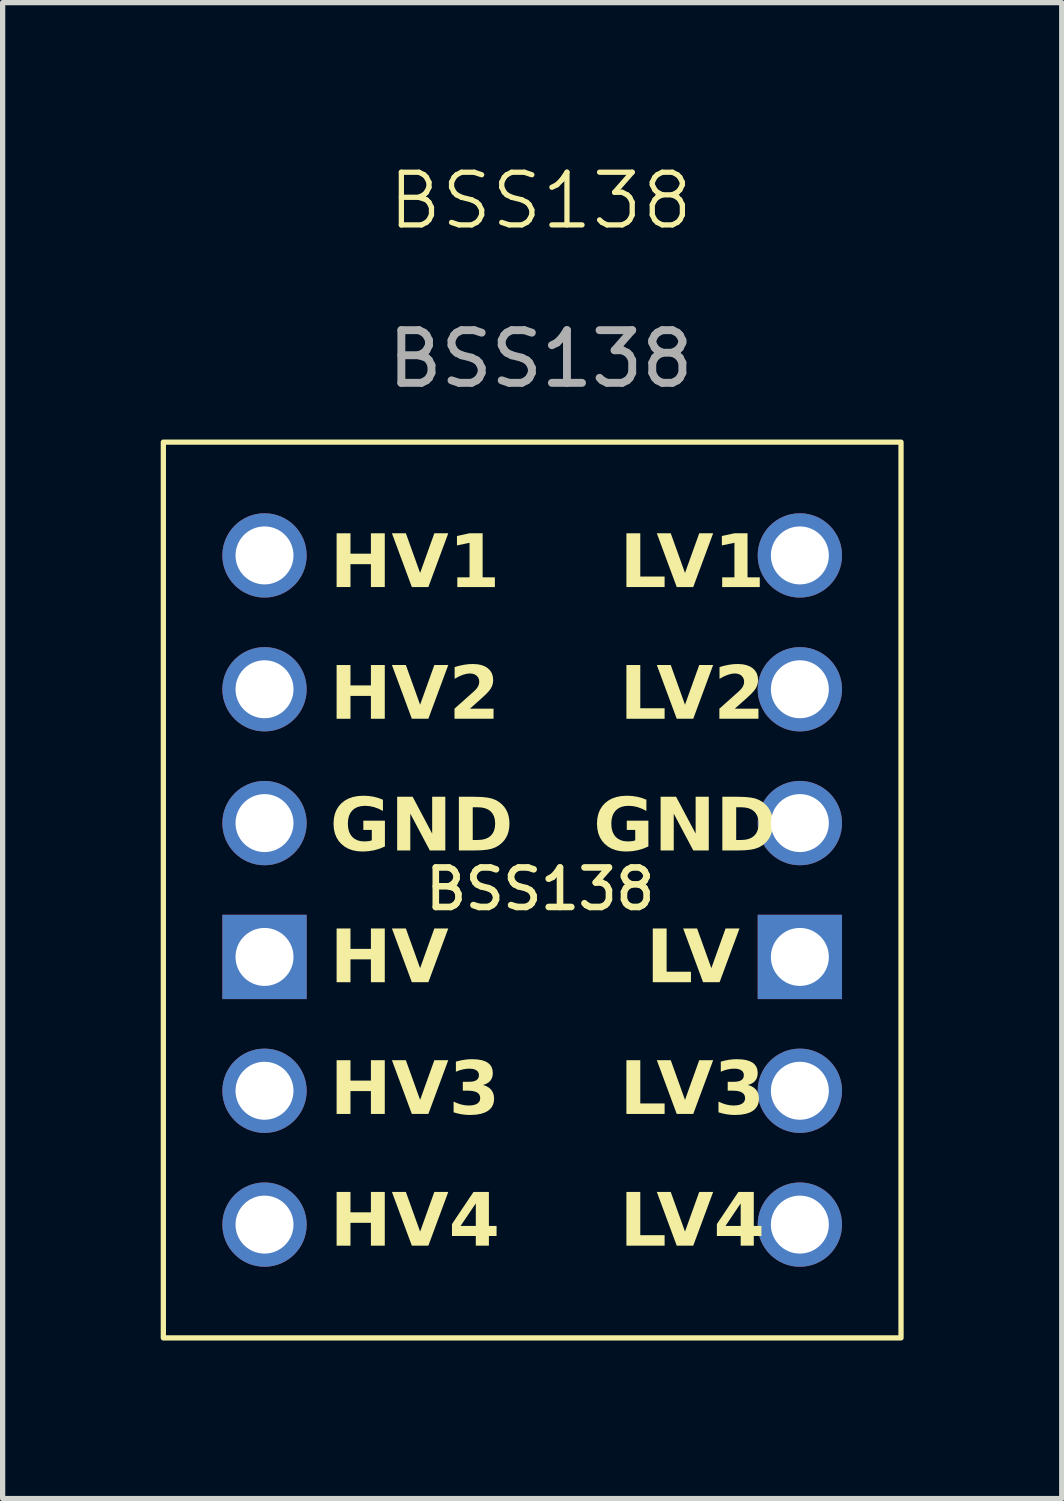
<source format=kicad_pcb>
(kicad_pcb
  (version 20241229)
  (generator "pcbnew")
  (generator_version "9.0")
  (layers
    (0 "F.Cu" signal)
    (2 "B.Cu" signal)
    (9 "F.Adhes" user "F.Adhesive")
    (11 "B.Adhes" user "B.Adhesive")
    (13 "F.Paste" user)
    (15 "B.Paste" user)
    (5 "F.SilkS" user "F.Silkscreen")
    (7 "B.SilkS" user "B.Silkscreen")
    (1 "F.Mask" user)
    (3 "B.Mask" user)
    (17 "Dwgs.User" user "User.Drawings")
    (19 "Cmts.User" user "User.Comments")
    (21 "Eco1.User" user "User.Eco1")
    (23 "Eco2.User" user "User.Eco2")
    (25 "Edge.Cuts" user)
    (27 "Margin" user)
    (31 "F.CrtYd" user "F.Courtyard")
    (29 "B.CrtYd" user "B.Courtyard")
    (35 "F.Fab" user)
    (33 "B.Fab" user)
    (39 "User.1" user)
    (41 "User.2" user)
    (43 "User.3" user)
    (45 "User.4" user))
  (footprint "BSS138"
    (layer "F.Cu")
    (at 7.21 13.761)
    (property "Reference" "BSS138" (at 0 -13 0) (unlocked yes) (layer "F.SilkS") (effects (font (size 1 1) (thickness 0.1))))
    (attr through_hole)
    (fp_rect (start -7.16 -8.42) (end 6.84 8.58) (stroke (width 0.1) (type default)) (fill no) (layer "F.SilkS"))
    (fp_text user "HV3" (at -4 4.5 0) (unlocked yes) (layer "F.SilkS") (effects (font (face "Calibri") (size 1 1) (thickness 0.2) (bold yes)) (justify left bottom)))
    (fp_text user "LV4" (at 1.5 7 0) (unlocked yes) (layer "F.SilkS") (effects (font (face "Calibri") (size 1 1) (thickness 0.2) (bold yes)) (justify left bottom)))
    (fp_text user "LV3" (at 1.5 4.5 0) (unlocked yes) (layer "F.SilkS") (effects (font (face "Calibri") (size 1 1) (thickness 0.2) (bold yes)) (justify left bottom)))
    (fp_text user "HV" (at -4 2 0) (unlocked yes) (layer "F.SilkS") (effects (font (face "Calibri") (size 1 1) (thickness 0.2) (bold yes)) (justify left bottom)))
    (fp_text user "HV1" (at -4 -5.5 0) (unlocked yes) (layer "F.SilkS") (effects (font (face "Calibri") (size 1 1) (thickness 0.2) (bold yes)) (justify left bottom)))
    (fp_text user "GND" (at 1 -0.5 0) (unlocked yes) (layer "F.SilkS") (effects (font (face "Calibri") (size 1 1) (thickness 0.2) (bold yes)) (justify left bottom)))
    (fp_text user "LV2" (at 1.5 -3 0) (unlocked yes) (layer "F.SilkS") (effects (font (face "Calibri") (size 1 1) (thickness 0.2) (bold yes)) (justify left bottom)))
    (fp_text user "GND" (at -4 -0.5 0) (unlocked yes) (layer "F.SilkS") (effects (font (face "Calibri") (size 1 1) (thickness 0.2) (bold yes)) (justify left bottom)))
    (fp_text user "HV2" (at -4 -3 0) (unlocked yes) (layer "F.SilkS") (effects (font (face "Calibri") (size 1 1) (thickness 0.2) (bold yes)) (justify left bottom)))
    (fp_text user "BSS138" (at -2.25 0.5 0) (unlocked yes) (layer "F.SilkS") (effects (font (size 0.75 0.75) (thickness 0.125) (bold yes)) (justify left bottom)))
    (fp_text user "LV" (at 2 2 0) (unlocked yes) (layer "F.SilkS") (effects (font (face "Calibri") (size 1 1) (thickness 0.2) (bold yes)) (justify left bottom)))
    (fp_text user "HV4" (at -4 7 0) (unlocked yes) (layer "F.SilkS") (effects (font (face "Calibri") (size 1 1) (thickness 0.2) (bold yes)) (justify left bottom)))
    (fp_text user "LV1" (at 1.5 -5.5 0) (unlocked yes) (layer "F.SilkS") (effects (font (face "Calibri") (size 1 1) (thickness 0.2) (bold yes)) (justify left bottom)))
    (fp_text user "${REFERENCE}" (at 0 -10 0) (unlocked yes) (layer "F.Fab") (effects (font (size 1 1) (thickness 0.15))))
    (pad "0" thru_hole circle (at -5.24 -6.27 90) (size 1.6 1.6) (drill 1.1) (layers "*.Cu" "*.Mask"))
    (pad "1" thru_hole circle (at -5.24 -3.73 180) (size 1.6 1.6) (drill 1.1) (layers "*.Cu" "*.Mask"))
    (pad "2" thru_hole circle (at -5.24 -1.19 90) (size 1.6 1.6) (drill 1.1) (layers "*.Cu" "*.Mask"))
    (pad "3" thru_hole rect (at -5.24 1.35 90) (size 1.6 1.6) (drill 1.1) (layers "*.Cu" "*.Mask"))
    (pad "4" thru_hole circle (at -5.24 3.89 90) (size 1.6 1.6) (drill 1.1) (layers "*.Cu" "*.Mask"))
    (pad "5" thru_hole circle (at -5.24 6.43 90) (size 1.6 1.6) (drill 1.1) (layers "*.Cu" "*.Mask"))
    (pad "6" thru_hole circle (at 4.92 -6.27 90) (size 1.6 1.6) (drill 1.1) (layers "*.Cu" "*.Mask"))
    (pad "7" thru_hole circle (at 4.92 -3.73 90) (size 1.6 1.6) (drill 1.1) (layers "*.Cu" "*.Mask"))
    (pad "8" thru_hole circle (at 4.92 -1.19 90) (size 1.6 1.6) (drill 1.1) (layers "*.Cu" "*.Mask"))
    (pad "9" thru_hole rect (at 4.92 1.35 90) (size 1.6 1.6) (drill 1.1) (layers "*.Cu" "*.Mask"))
    (pad "10" thru_hole circle (at 4.92 3.89 90) (size 1.6 1.6) (drill 1.1) (layers "*.Cu" "*.Mask"))
    (pad "11" thru_hole circle (at 4.92 6.43 90) (size 1.6 1.6) (drill 1.1) (layers "*.Cu" "*.Mask")))
  (gr_rect
    (start -3 -3)
    (end 17.1 25.39)
    (stroke (width 0.1) (type default))
    (fill no)
    (layer "Edge.Cuts")))
</source>
